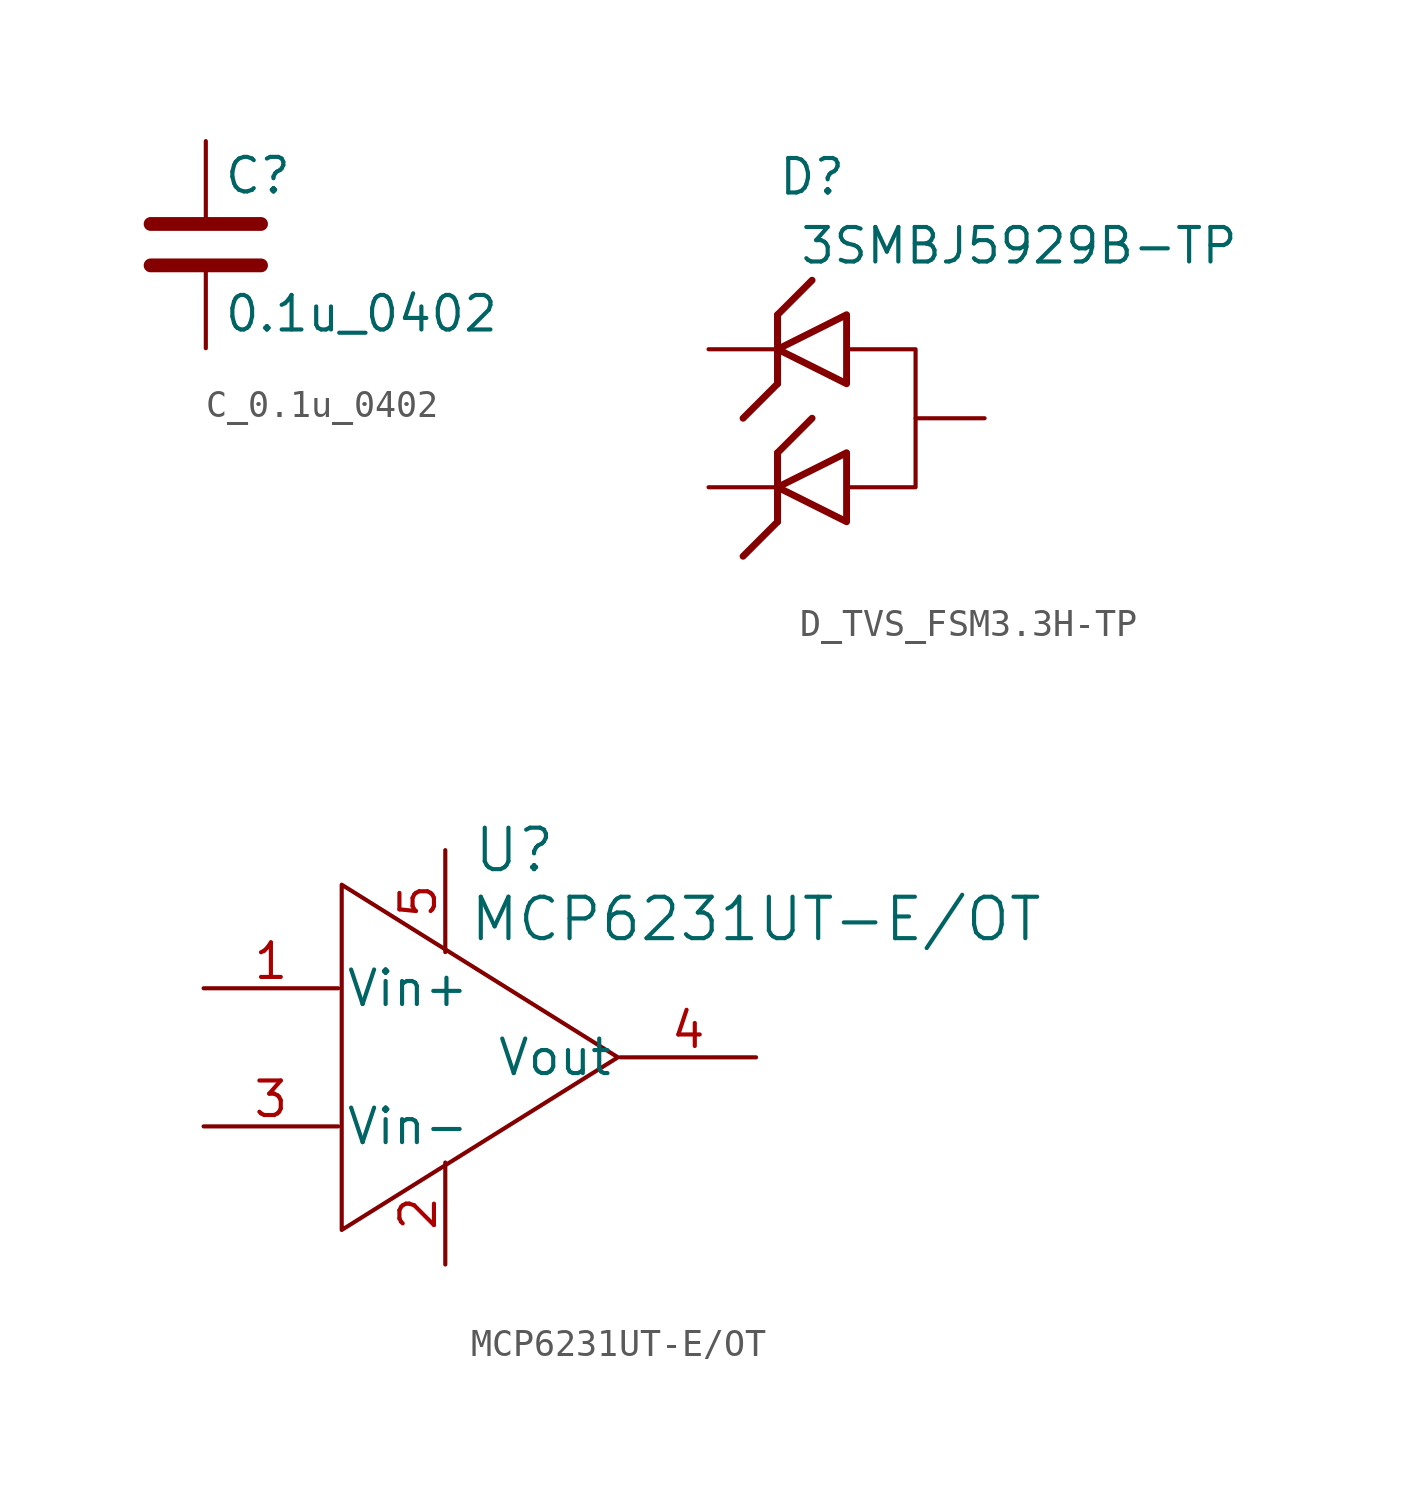
<source format=kicad_sym>
(kicad_symbol_lib
  (version 20231120)
  (generator "kicad_symbol_editor")
  (generator_version "8.0")
  (symbol "C_0.1u_0402"
    (pin_numbers hide)
    (pin_names
      (offset 0.254))
    (property "Reference" "C"
      (at 0.635 2.54 0)
      (effects (font (size 1.27 1.27)) (justify left)))
    (property "Value" "0.1u_0402"
      (at 0.635 -2.54 0)
      (effects (font (size 1.27 1.27)) (justify left)))
    (symbol "C_0.1u_0402_0_1"
      (polyline (pts (xy -2.032 -0.762) (xy 2.032 -0.762)) (stroke (width 0.508) (type default)) (fill (type none)))
      (polyline (pts (xy -2.032 0.762) (xy 2.032 0.762)) (stroke (width 0.508) (type default)) (fill (type none))))
    (symbol "C_0.1u_0402_1_1"
      (pin passive line (at 0 3.81 270) (length 2.794) (name "~" (effects (font (size 1.27 1.27)))) (number "1" (effects (font (size 1.27 1.27)))))
      (pin passive line (at 0 -3.81 90) (length 2.794) (name "~" (effects (font (size 1.27 1.27)))) (number "2" (effects (font (size 1.27 1.27)))))))
  (symbol "D_TVS_FSM3.3H-TP"
    (pin_numbers hide)
    (pin_names
      (offset 1.016) hide)
    (property "Reference" "D"
      (at 0 8.89 0)
      (effects (font (size 1.27 1.27))))
    (property "Value" "3SMBJ5929B-TP\n"
      (at 7.62 6.35 0)
      (effects (font (size 1.27 1.27))))
    (symbol "D_TVS_FSM3.3H-TP_0_1"
      (polyline (pts (xy -1.27 -3.81) (xy -1.27 -1.27) (xy 0 0)) (stroke (width 0.254) (type default)) (fill (type none)))
      (polyline (pts (xy -1.27 -1.27) (xy -1.27 -3.81) (xy -2.54 -5.08)) (stroke (width 0.254) (type default)) (fill (type none)))
      (polyline (pts (xy -1.27 1.27) (xy -1.27 3.81) (xy 0 5.08)) (stroke (width 0.254) (type default)) (fill (type none)))
      (polyline (pts (xy -1.27 3.81) (xy -1.27 1.27) (xy -2.54 0)) (stroke (width 0.254) (type default)) (fill (type none)))
      (polyline (pts (xy 1.27 -3.81) (xy 1.27 -1.27) (xy -1.27 -2.54) (xy 1.27 -3.81)) (stroke (width 0.254) (type default)) (fill (type none)))
      (polyline (pts (xy 1.27 1.27) (xy 1.27 3.81) (xy -1.27 2.54) (xy 1.27 1.27)) (stroke (width 0.254) (type default)) (fill (type none)))
      (polyline (pts (xy 1.27 2.54) (xy 3.81 2.54) (xy 3.81 -2.54) (xy 1.27 -2.54)) (stroke (width 0) (type default)) (fill (type none))))
    (symbol "D_TVS_FSM3.3H-TP_1_1"
      (pin passive line (at -3.81 2.54 0) (length 2.54) (name "~" (effects (font (size 1.27 1.27)))) (number "1" (effects (font (size 1.27 1.27)))))
      (pin passive line (at -3.81 -2.54 0) (length 2.54) (name "~" (effects (font (size 1.27 1.27)))) (number "2" (effects (font (size 1.27 1.27)))))
      (pin passive line (at 6.35 0 180) (length 2.54) (name "~" (effects (font (size 1.27 1.27)))) (number "3" (effects (font (size 1.27 1.27)))))))
  (symbol "MCP6231UT-E/OT"
    (pin_names
      (offset 0.254))
    (property "Reference" "U"
      (at 2.54 7.62 0)
      (effects (font (size 1.524 1.524))))
    (property "Value" "MCP6231UT-E/OT"
      (at 11.43 5.08 0)
      (effects (font (size 1.524 1.524))))
    (symbol "MCP6231UT-E/OT_0_1"
      (polyline (pts (xy -3.81 6.35) (xy 6.35 0) (xy -3.81 -6.35) (xy -3.81 6.35)) (stroke (width 0) (type default)) (fill (type none))))
    (symbol "MCP6231UT-E/OT_1_1"
      (pin input line (at -8.89 2.54 0) (length 4.95) (name "Vin+" (effects (font (size 1.27 1.27)))) (number "1" (effects (font (size 1.27 1.27)))))
      (pin power_out line (at 0 -7.62 90) (length 3.75) (name "~" (effects (font (size 1.27 1.27)))) (number "2" (effects (font (size 1.27 1.27)))))
      (pin input line (at -8.89 -2.54 0) (length 4.95) (name "Vin-" (effects (font (size 1.27 1.27)))) (number "3" (effects (font (size 1.27 1.27)))))
      (pin output line (at 11.43 0 180) (length 4.99) (name "Vout" (effects (font (size 1.27 1.27)))) (number "4" (effects (font (size 1.27 1.27)))))
      (pin power_in line (at 0 7.62 270) (length 3.75) (name "~" (effects (font (size 1.27 1.27)))) (number "5" (effects (font (size 1.27 1.27))))))))
</source>
